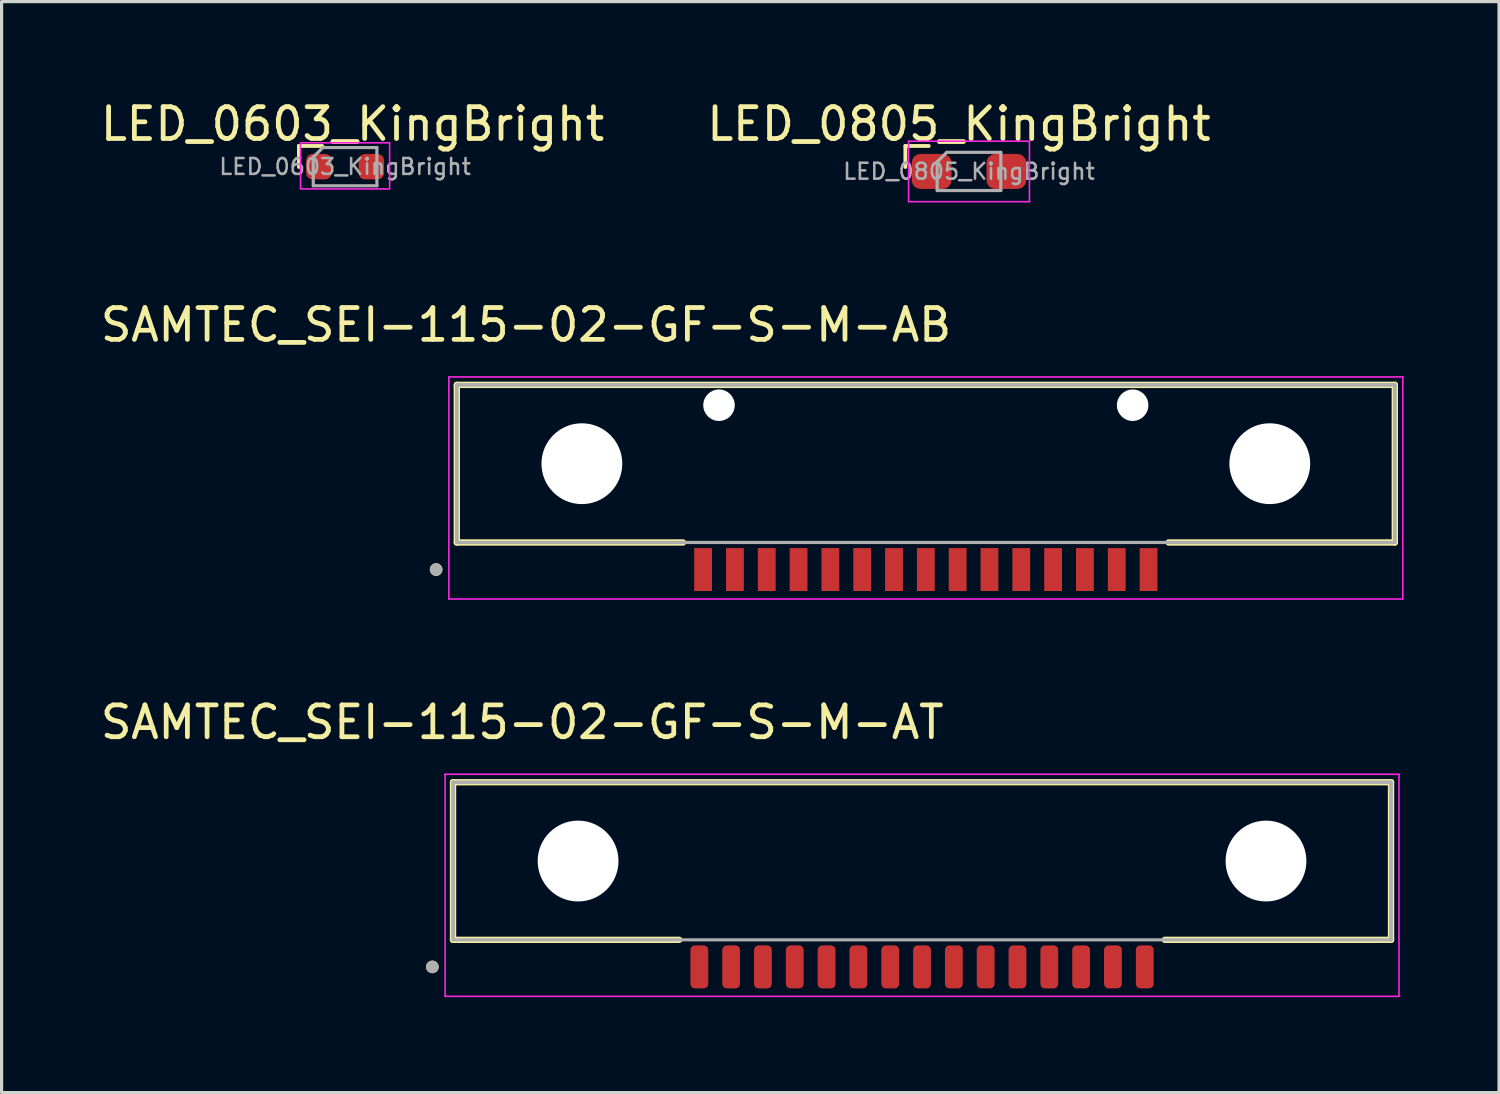
<source format=kicad_pcb>
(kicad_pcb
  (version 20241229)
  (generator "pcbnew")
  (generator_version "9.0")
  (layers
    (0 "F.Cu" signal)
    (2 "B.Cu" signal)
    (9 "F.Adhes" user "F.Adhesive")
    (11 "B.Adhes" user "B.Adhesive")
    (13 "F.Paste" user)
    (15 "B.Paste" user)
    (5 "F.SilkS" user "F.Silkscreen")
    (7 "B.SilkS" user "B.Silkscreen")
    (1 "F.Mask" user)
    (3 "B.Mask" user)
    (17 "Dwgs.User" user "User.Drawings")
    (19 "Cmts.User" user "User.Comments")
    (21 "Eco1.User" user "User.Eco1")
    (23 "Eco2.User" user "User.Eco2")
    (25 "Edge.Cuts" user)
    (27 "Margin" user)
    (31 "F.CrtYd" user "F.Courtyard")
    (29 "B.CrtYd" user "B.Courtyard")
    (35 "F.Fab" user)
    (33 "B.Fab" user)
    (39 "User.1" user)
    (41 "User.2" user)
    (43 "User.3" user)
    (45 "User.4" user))
  (footprint "LED_0603_KingBright"
    (layer "F.Cu")
    (at 7.795 2.188)
    (property "Reference" "LED_0603_KingBright" (at 0.235 -1.34 0) (layer "F.SilkS") (effects (font (size 1 1) (thickness 0.15))))
    (attr smd)
    (fp_line (start -1.45 -0.65) (end -1.45 0.01) (stroke (width 0.12) (type solid)) (layer "F.SilkS"))
    (fp_line (start -0.715 -0.65) (end -1.45 -0.65) (stroke (width 0.12) (type solid)) (layer "F.SilkS"))
    (fp_rect (start -1.4 -0.75) (end 1.4 0.7) (stroke (width 0.05) (type default)) (fill no) (layer "F.CrtYd"))
    (fp_line (start -1 -0.3) (end -1 0.6) (stroke (width 0.1) (type solid)) (layer "F.Fab"))
    (fp_line (start -1 0.6) (end 1 0.6) (stroke (width 0.1) (type solid)) (layer "F.Fab"))
    (fp_line (start -0.7 -0.6) (end -1 -0.3) (stroke (width 0.1) (type solid)) (layer "F.Fab"))
    (fp_line (start 1 -0.6) (end -0.7 -0.6) (stroke (width 0.1) (type solid)) (layer "F.Fab"))
    (fp_line (start 1 0.6) (end 1 -0.6) (stroke (width 0.1) (type solid)) (layer "F.Fab"))
    (fp_text user "${REFERENCE}" (at 0 0 0) (layer "F.Fab") (effects (font (size 0.5 0.5) (thickness 0.08))))
    (pad "1" smd roundrect (at -0.825 0) (size 0.8 0.8) (layers "F.Cu" "F.Mask" "F.Paste") (roundrect_rratio 0.25))
    (pad "2" smd roundrect (at 0.825 0) (size 0.8 0.8) (layers "F.Cu" "F.Mask" "F.Paste") (roundrect_rratio 0.25)))
  (footprint "SAMTEC_SEI-115-02-GF-S-M-AT"
    (layer "F.Cu")
    (at 25.928 24.012)
    (property "Reference" "SAMTEC_SEI-115-02-GF-S-M-AT" (at -12.565 -4.363 0) (layer "F.SilkS") (effects (font (size 1 1) (thickness 0.15))))
    (attr smd)
    (fp_line (start -14.74 -2.478) (end 14.74 -2.478) (stroke (width 0.2) (type solid)) (layer "F.SilkS"))
    (fp_line (start -14.74 2.475) (end -14.74 -2.478) (stroke (width 0.2) (type solid)) (layer "F.SilkS"))
    (fp_line (start -7.63 2.475) (end -14.74 2.475) (stroke (width 0.2) (type solid)) (layer "F.SilkS"))
    (fp_line (start 7.63 2.475) (end 14.74 2.475) (stroke (width 0.2) (type solid)) (layer "F.SilkS"))
    (fp_line (start 14.74 -2.478) (end 14.74 2.475) (stroke (width 0.2) (type solid)) (layer "F.SilkS"))
    (fp_circle (center -15.39 3.326) (end -15.29 3.326) (stroke (width 0.2) (type solid)) (fill no) (layer "F.SilkS"))
    (fp_line (start -14.99 -2.728) (end 14.99 -2.728) (stroke (width 0.05) (type solid)) (layer "F.CrtYd"))
    (fp_line (start -14.99 4.251) (end -14.99 -2.728) (stroke (width 0.05) (type solid)) (layer "F.CrtYd"))
    (fp_line (start 14.99 -2.728) (end 14.99 4.251) (stroke (width 0.05) (type solid)) (layer "F.CrtYd"))
    (fp_line (start 14.99 4.251) (end -14.99 4.251) (stroke (width 0.05) (type solid)) (layer "F.CrtYd"))
    (fp_line (start -14.74 -2.478) (end 14.74 -2.478) (stroke (width 0.1) (type solid)) (layer "F.Fab"))
    (fp_line (start -14.74 -2.478) (end 14.74 -2.478) (stroke (width 0.1) (type solid)) (layer "F.Fab"))
    (fp_line (start -14.74 2.475) (end -14.74 -2.478) (stroke (width 0.1) (type solid)) (layer "F.Fab"))
    (fp_line (start -14.74 2.475) (end -14.74 -2.478) (stroke (width 0.1) (type solid)) (layer "F.Fab"))
    (fp_line (start 14.74 -2.478) (end 14.74 2.475) (stroke (width 0.1) (type solid)) (layer "F.Fab"))
    (fp_line (start 14.74 -2.478) (end 14.74 2.475) (stroke (width 0.1) (type solid)) (layer "F.Fab"))
    (fp_line (start 14.74 2.475) (end -14.74 2.475) (stroke (width 0.1) (type solid)) (layer "F.Fab"))
    (fp_circle (center -15.39 3.326) (end -15.29 3.326) (stroke (width 0.2) (type solid)) (fill no) (layer "F.Fab"))
    (pad "" np_thru_hole circle (at -10.81 -0.001) (size 2.54 2.54) (drill 2.54) (layers "*.Cu" "*.Mask"))
    (pad "" np_thru_hole circle (at 10.81 -0.001) (size 2.54 2.54) (drill 2.54) (layers "*.Cu" "*.Mask"))
    (pad "1" smd roundrect (at -7 3.326) (size 0.56 1.35) (layers "F.Cu" "F.Mask" "F.Paste") (roundrect_rratio 0.25))
    (pad "2" smd roundrect (at -6 3.326) (size 0.56 1.35) (layers "F.Cu" "F.Mask" "F.Paste") (roundrect_rratio 0.25))
    (pad "3" smd roundrect (at -5 3.326) (size 0.56 1.35) (layers "F.Cu" "F.Mask" "F.Paste") (roundrect_rratio 0.25))
    (pad "4" smd roundrect (at -4 3.326) (size 0.56 1.35) (layers "F.Cu" "F.Mask" "F.Paste") (roundrect_rratio 0.25))
    (pad "5" smd roundrect (at -3 3.326) (size 0.56 1.35) (layers "F.Cu" "F.Mask" "F.Paste") (roundrect_rratio 0.25))
    (pad "6" smd roundrect (at -2 3.326) (size 0.56 1.35) (layers "F.Cu" "F.Mask" "F.Paste") (roundrect_rratio 0.25))
    (pad "7" smd roundrect (at -1 3.326) (size 0.56 1.35) (layers "F.Cu" "F.Mask" "F.Paste") (roundrect_rratio 0.25))
    (pad "8" smd roundrect (at 0 3.326) (size 0.56 1.35) (layers "F.Cu" "F.Mask" "F.Paste") (roundrect_rratio 0.25))
    (pad "9" smd roundrect (at 1 3.326) (size 0.56 1.35) (layers "F.Cu" "F.Mask" "F.Paste") (roundrect_rratio 0.25))
    (pad "10" smd roundrect (at 2 3.326) (size 0.56 1.35) (layers "F.Cu" "F.Mask" "F.Paste") (roundrect_rratio 0.25))
    (pad "11" smd roundrect (at 3 3.326) (size 0.56 1.35) (layers "F.Cu" "F.Mask" "F.Paste") (roundrect_rratio 0.25))
    (pad "12" smd roundrect (at 4 3.326) (size 0.56 1.35) (layers "F.Cu" "F.Mask" "F.Paste") (roundrect_rratio 0.25))
    (pad "13" smd roundrect (at 5 3.326) (size 0.56 1.35) (layers "F.Cu" "F.Mask" "F.Paste") (roundrect_rratio 0.25))
    (pad "14" smd roundrect (at 6 3.326) (size 0.56 1.35) (layers "F.Cu" "F.Mask" "F.Paste") (roundrect_rratio 0.25))
    (pad "15" smd roundrect (at 7 3.326) (size 0.56 1.35) (layers "F.Cu" "F.Mask" "F.Paste") (roundrect_rratio 0.25)))
  (footprint "LED_0805_KingBright"
    (layer "F.Cu")
    (at 27.404 2.338)
    (property "Reference" "LED_0805_KingBright" (at -0.315 -1.49 0) (layer "F.SilkS") (effects (font (size 1 1) (thickness 0.15))))
    (attr smd)
    (fp_line (start -2 -0.8) (end -2 -0.14) (stroke (width 0.12) (type solid)) (layer "F.SilkS"))
    (fp_line (start -1.265 -0.8) (end -2 -0.8) (stroke (width 0.12) (type solid)) (layer "F.SilkS"))
    (fp_line (start -1.9 -0.95) (end 1.9 -0.95) (stroke (width 0.05) (type solid)) (layer "F.CrtYd"))
    (fp_line (start -1.9 0.95) (end -1.9 -0.95) (stroke (width 0.05) (type solid)) (layer "F.CrtYd"))
    (fp_line (start 1.9 -0.95) (end 1.9 0.95) (stroke (width 0.05) (type solid)) (layer "F.CrtYd"))
    (fp_line (start 1.9 0.95) (end -1.9 0.95) (stroke (width 0.05) (type solid)) (layer "F.CrtYd"))
    (fp_line (start -1 -0.3) (end -1 0.6) (stroke (width 0.1) (type solid)) (layer "F.Fab"))
    (fp_line (start -1 0.6) (end 1 0.6) (stroke (width 0.1) (type solid)) (layer "F.Fab"))
    (fp_line (start -0.7 -0.6) (end -1 -0.3) (stroke (width 0.1) (type solid)) (layer "F.Fab"))
    (fp_line (start 1 -0.6) (end -0.7 -0.6) (stroke (width 0.1) (type solid)) (layer "F.Fab"))
    (fp_line (start 1 0.6) (end 1 -0.6) (stroke (width 0.1) (type solid)) (layer "F.Fab"))
    (fp_text user "${REFERENCE}" (at 0 0 0) (layer "F.Fab") (effects (font (size 0.5 0.5) (thickness 0.08))))
    (pad "1" smd roundrect (at -1.175 0) (size 1.25 1.1) (layers "F.Cu" "F.Mask" "F.Paste") (roundrect_rratio 0.25))
    (pad "2" smd roundrect (at 1.175 0) (size 1.25 1.1) (layers "F.Cu" "F.Mask" "F.Paste") (roundrect_rratio 0.25)))
  (footprint "SAMTEC_SEI-115-02-GF-S-M-AB"
    (layer "F.Cu")
    (at 26.047 11.524)
    (property "Reference" "SAMTEC_SEI-115-02-GF-S-M-AB" (at -12.565 -4.363 0) (layer "F.SilkS") (effects (font (size 1 1) (thickness 0.15))))
    (attr smd)
    (fp_line (start -14.74 -2.478) (end 14.74 -2.478) (stroke (width 0.2) (type solid)) (layer "F.SilkS"))
    (fp_line (start -14.74 2.475) (end -14.74 -2.478) (stroke (width 0.2) (type solid)) (layer "F.SilkS"))
    (fp_line (start -7.63 2.475) (end -14.74 2.475) (stroke (width 0.2) (type solid)) (layer "F.SilkS"))
    (fp_line (start 7.63 2.475) (end 14.74 2.475) (stroke (width 0.2) (type solid)) (layer "F.SilkS"))
    (fp_line (start 14.74 -2.478) (end 14.74 2.475) (stroke (width 0.2) (type solid)) (layer "F.SilkS"))
    (fp_circle (center -15.39 3.326) (end -15.29 3.326) (stroke (width 0.2) (type solid)) (fill no) (layer "F.SilkS"))
    (fp_line (start -14.99 -2.728) (end 14.99 -2.728) (stroke (width 0.05) (type solid)) (layer "F.CrtYd"))
    (fp_line (start -14.99 4.251) (end -14.99 -2.728) (stroke (width 0.05) (type solid)) (layer "F.CrtYd"))
    (fp_line (start 14.99 -2.728) (end 14.99 4.251) (stroke (width 0.05) (type solid)) (layer "F.CrtYd"))
    (fp_line (start 14.99 4.251) (end -14.99 4.251) (stroke (width 0.05) (type solid)) (layer "F.CrtYd"))
    (fp_line (start -14.74 -2.478) (end 14.74 -2.478) (stroke (width 0.1) (type solid)) (layer "F.Fab"))
    (fp_line (start -14.74 -2.478) (end 14.74 -2.478) (stroke (width 0.1) (type solid)) (layer "F.Fab"))
    (fp_line (start -14.74 2.475) (end -14.74 -2.478) (stroke (width 0.1) (type solid)) (layer "F.Fab"))
    (fp_line (start -14.74 2.475) (end -14.74 -2.478) (stroke (width 0.1) (type solid)) (layer "F.Fab"))
    (fp_line (start 14.74 -2.478) (end 14.74 2.475) (stroke (width 0.1) (type solid)) (layer "F.Fab"))
    (fp_line (start 14.74 -2.478) (end 14.74 2.475) (stroke (width 0.1) (type solid)) (layer "F.Fab"))
    (fp_line (start 14.74 2.475) (end -14.74 2.475) (stroke (width 0.1) (type solid)) (layer "F.Fab"))
    (fp_circle (center -15.39 3.326) (end -15.29 3.326) (stroke (width 0.2) (type solid)) (fill no) (layer "F.Fab"))
    (pad "" np_thru_hole circle (at -10.81 -0.001) (size 2.54 2.54) (drill 2.54) (layers "*.Cu" "*.Mask"))
    (pad "" np_thru_hole circle (at -6.5 -1.839) (size 0.99 0.99) (drill 0.99) (layers "*.Cu" "*.Mask"))
    (pad "" np_thru_hole circle (at 6.5 -1.839) (size 0.99 0.99) (drill 0.99) (layers "*.Cu" "*.Mask"))
    (pad "" np_thru_hole circle (at 10.81 -0.001) (size 2.54 2.54) (drill 2.54) (layers "*.Cu" "*.Mask"))
    (pad "01" smd rect (at -7 3.326) (size 0.56 1.35) (layers "F.Cu" "F.Mask" "F.Paste"))
    (pad "02" smd rect (at -6 3.326) (size 0.56 1.35) (layers "F.Cu" "F.Mask" "F.Paste"))
    (pad "03" smd rect (at -5 3.326) (size 0.56 1.35) (layers "F.Cu" "F.Mask" "F.Paste"))
    (pad "04" smd rect (at -4 3.326) (size 0.56 1.35) (layers "F.Cu" "F.Mask" "F.Paste"))
    (pad "05" smd rect (at -3 3.326) (size 0.56 1.35) (layers "F.Cu" "F.Mask" "F.Paste"))
    (pad "06" smd rect (at -2 3.326) (size 0.56 1.35) (layers "F.Cu" "F.Mask" "F.Paste"))
    (pad "07" smd rect (at -1 3.326) (size 0.56 1.35) (layers "F.Cu" "F.Mask" "F.Paste"))
    (pad "08" smd rect (at 0 3.326) (size 0.56 1.35) (layers "F.Cu" "F.Mask" "F.Paste"))
    (pad "09" smd rect (at 1 3.326) (size 0.56 1.35) (layers "F.Cu" "F.Mask" "F.Paste"))
    (pad "10" smd rect (at 2 3.326) (size 0.56 1.35) (layers "F.Cu" "F.Mask" "F.Paste"))
    (pad "11" smd rect (at 3 3.326) (size 0.56 1.35) (layers "F.Cu" "F.Mask" "F.Paste"))
    (pad "12" smd rect (at 4 3.326) (size 0.56 1.35) (layers "F.Cu" "F.Mask" "F.Paste"))
    (pad "13" smd rect (at 5 3.326) (size 0.56 1.35) (layers "F.Cu" "F.Mask" "F.Paste"))
    (pad "14" smd rect (at 6 3.326) (size 0.56 1.35) (layers "F.Cu" "F.Mask" "F.Paste"))
    (pad "15" smd rect (at 7 3.326) (size 0.56 1.35) (layers "F.Cu" "F.Mask" "F.Paste")))
  (gr_rect
    (start -3 -3)
    (end 44.062 31.288)
    (stroke (width 0.1) (type default))
    (fill no)
    (layer "Edge.Cuts")))
</source>
